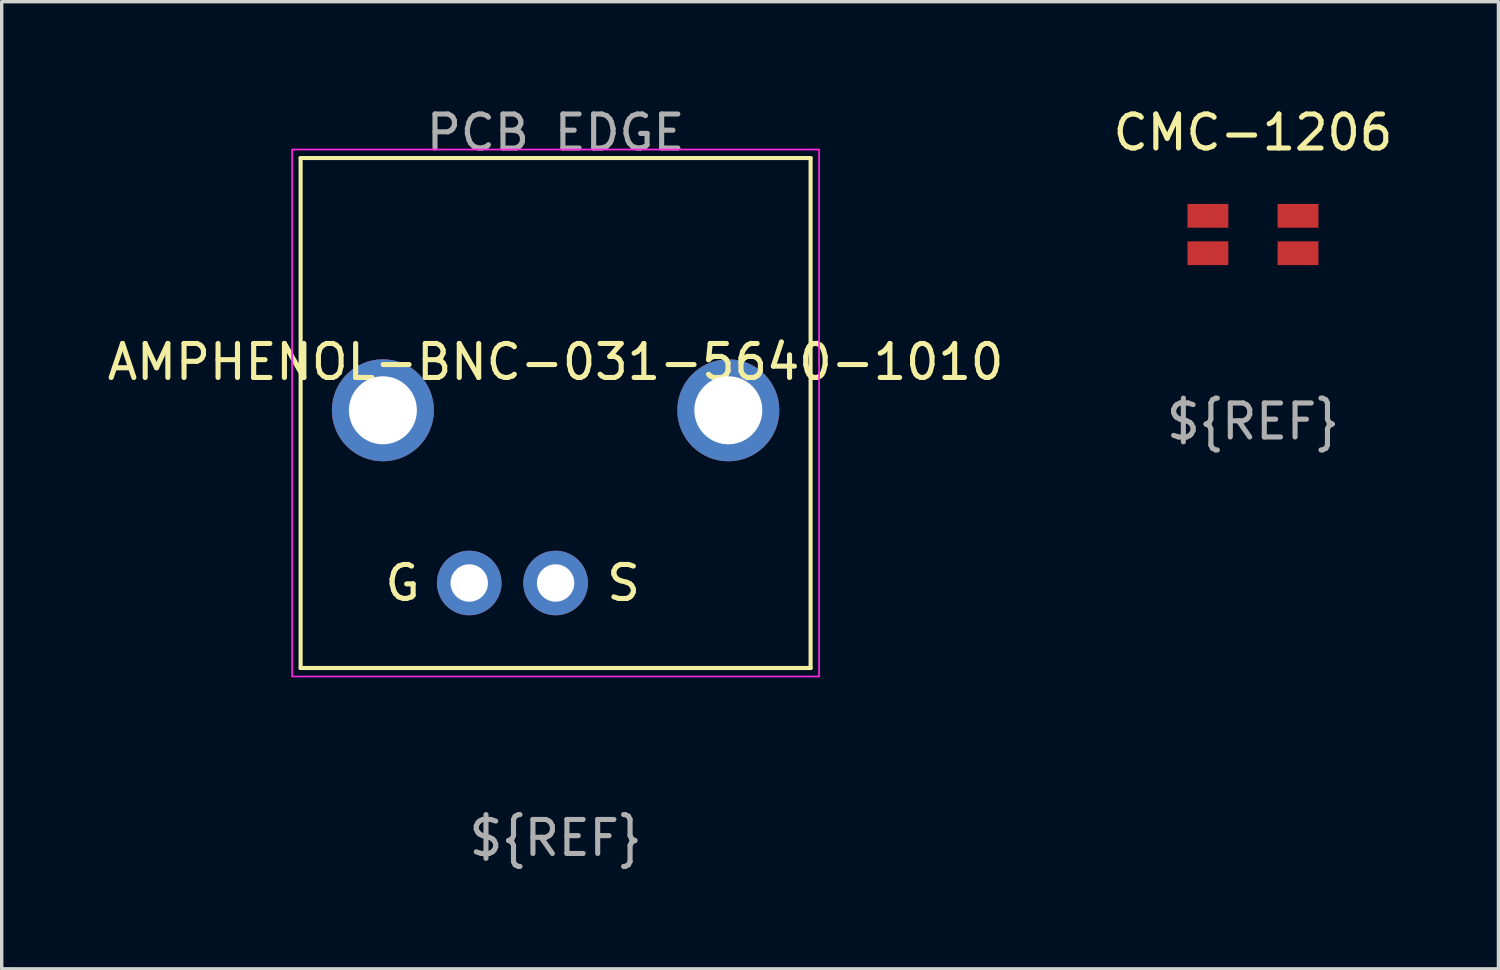
<source format=kicad_pcb>
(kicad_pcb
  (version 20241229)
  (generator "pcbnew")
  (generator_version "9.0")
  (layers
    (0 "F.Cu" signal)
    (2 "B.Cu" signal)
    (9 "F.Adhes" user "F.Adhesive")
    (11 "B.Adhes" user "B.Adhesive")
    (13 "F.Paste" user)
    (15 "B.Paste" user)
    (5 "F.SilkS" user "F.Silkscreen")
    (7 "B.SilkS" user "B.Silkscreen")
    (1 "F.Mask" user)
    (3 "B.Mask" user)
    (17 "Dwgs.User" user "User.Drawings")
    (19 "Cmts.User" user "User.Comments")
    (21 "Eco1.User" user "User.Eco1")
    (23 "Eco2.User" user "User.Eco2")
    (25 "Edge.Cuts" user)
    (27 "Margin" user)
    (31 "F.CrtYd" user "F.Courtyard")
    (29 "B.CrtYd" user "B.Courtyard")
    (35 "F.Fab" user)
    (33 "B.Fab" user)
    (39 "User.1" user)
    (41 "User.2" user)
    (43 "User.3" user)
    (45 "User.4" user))
  (footprint "CMC-1206"
    (layer "F.Cu")
    (at 33.804 3.848)
    (property "Reference" "CMC-1206" (at 0 -3 0) (unlocked yes) (layer "F.SilkS") (effects (font (size 1 1) (thickness 0.15))))
    (attr smd)
    (fp_text user "${REF}" (at 0 5.5 0) (unlocked yes) (layer "F.Fab") (effects (font (size 1 1) (thickness 0.15))))
    (pad "1" smd rect (at -1.325 -0.55) (size 1.2 0.7) (layers "F.Cu" "F.Mask" "F.Paste"))
    (pad "2" smd rect (at -1.325 0.55) (size 1.2 0.7) (layers "F.Cu" "F.Mask" "F.Paste"))
    (pad "3" smd rect (at 1.325 0.55) (size 1.2 0.7) (layers "F.Cu" "F.Mask" "F.Paste"))
    (pad "4" smd rect (at 1.325 -0.55) (size 1.2 0.7) (layers "F.Cu" "F.Mask" "F.Paste")))
  (footprint "AMPHENOL-BNC-031-5640-1010"
    (layer "F.Cu")
    (at 13.292 14.098)
    (property "Reference" "AMPHENOL-BNC-031-5640-1010" (at 0 -6.5 0) (unlocked yes) (layer "F.SilkS") (effects (font (size 1 1) (thickness 0.15))))
    (attr through_hole)
    (fp_line (start -7.5 -12.5) (end -7.5 2.5) (stroke (width 0.12) (type solid)) (layer "F.SilkS"))
    (fp_line (start -7.5 -12.5) (end 7.5 -12.5) (stroke (width 0.12) (type solid)) (layer "F.SilkS"))
    (fp_line (start -7.5 2.5) (end 7.5 2.5) (stroke (width 0.12) (type solid)) (layer "F.SilkS"))
    (fp_line (start 7.5 -12.5) (end 7.5 2.5) (stroke (width 0.12) (type solid)) (layer "F.SilkS"))
    (fp_rect (start -7.75 -12.75) (end 7.75 2.75) (stroke (width 0.05) (type solid)) (fill no) (layer "F.CrtYd"))
    (fp_text user "S" (at 2 0 0) (unlocked yes) (layer "F.SilkS") (effects (font (size 1 1) (thickness 0.15))))
    (fp_text user "G" (at -4.5 0 0) (unlocked yes) (layer "F.SilkS") (effects (font (size 1 1) (thickness 0.15))))
    (fp_text user "PCB EDGE" (at 0 -13.25 0) (unlocked yes) (layer "F.Fab") (effects (font (size 1 1) (thickness 0.15))))
    (fp_text user "${REF}" (at 0 7.5 0) (unlocked yes) (layer "F.Fab") (effects (font (size 1 1) (thickness 0.15))))
    (pad "1" thru_hole circle (at 0 0) (size 1.9 1.9) (drill 1.1) (layers "*.Cu" "*.Mask"))
    (pad "2" thru_hole circle (at -5.08 -5.08) (size 3 3) (drill 2) (layers "*.Cu" "*.Mask"))
    (pad "2" thru_hole circle (at -2.54 0) (size 1.9 1.9) (drill 1.1) (layers "*.Cu" "*.Mask"))
    (pad "2" thru_hole circle (at 5.08 -5.08) (size 3 3) (drill 2) (layers "*.Cu" "*.Mask")))
  (gr_rect
    (start -3 -3)
    (end 41.024 25.447)
    (stroke (width 0.1) (type default))
    (fill no)
    (layer "Edge.Cuts")))
</source>
